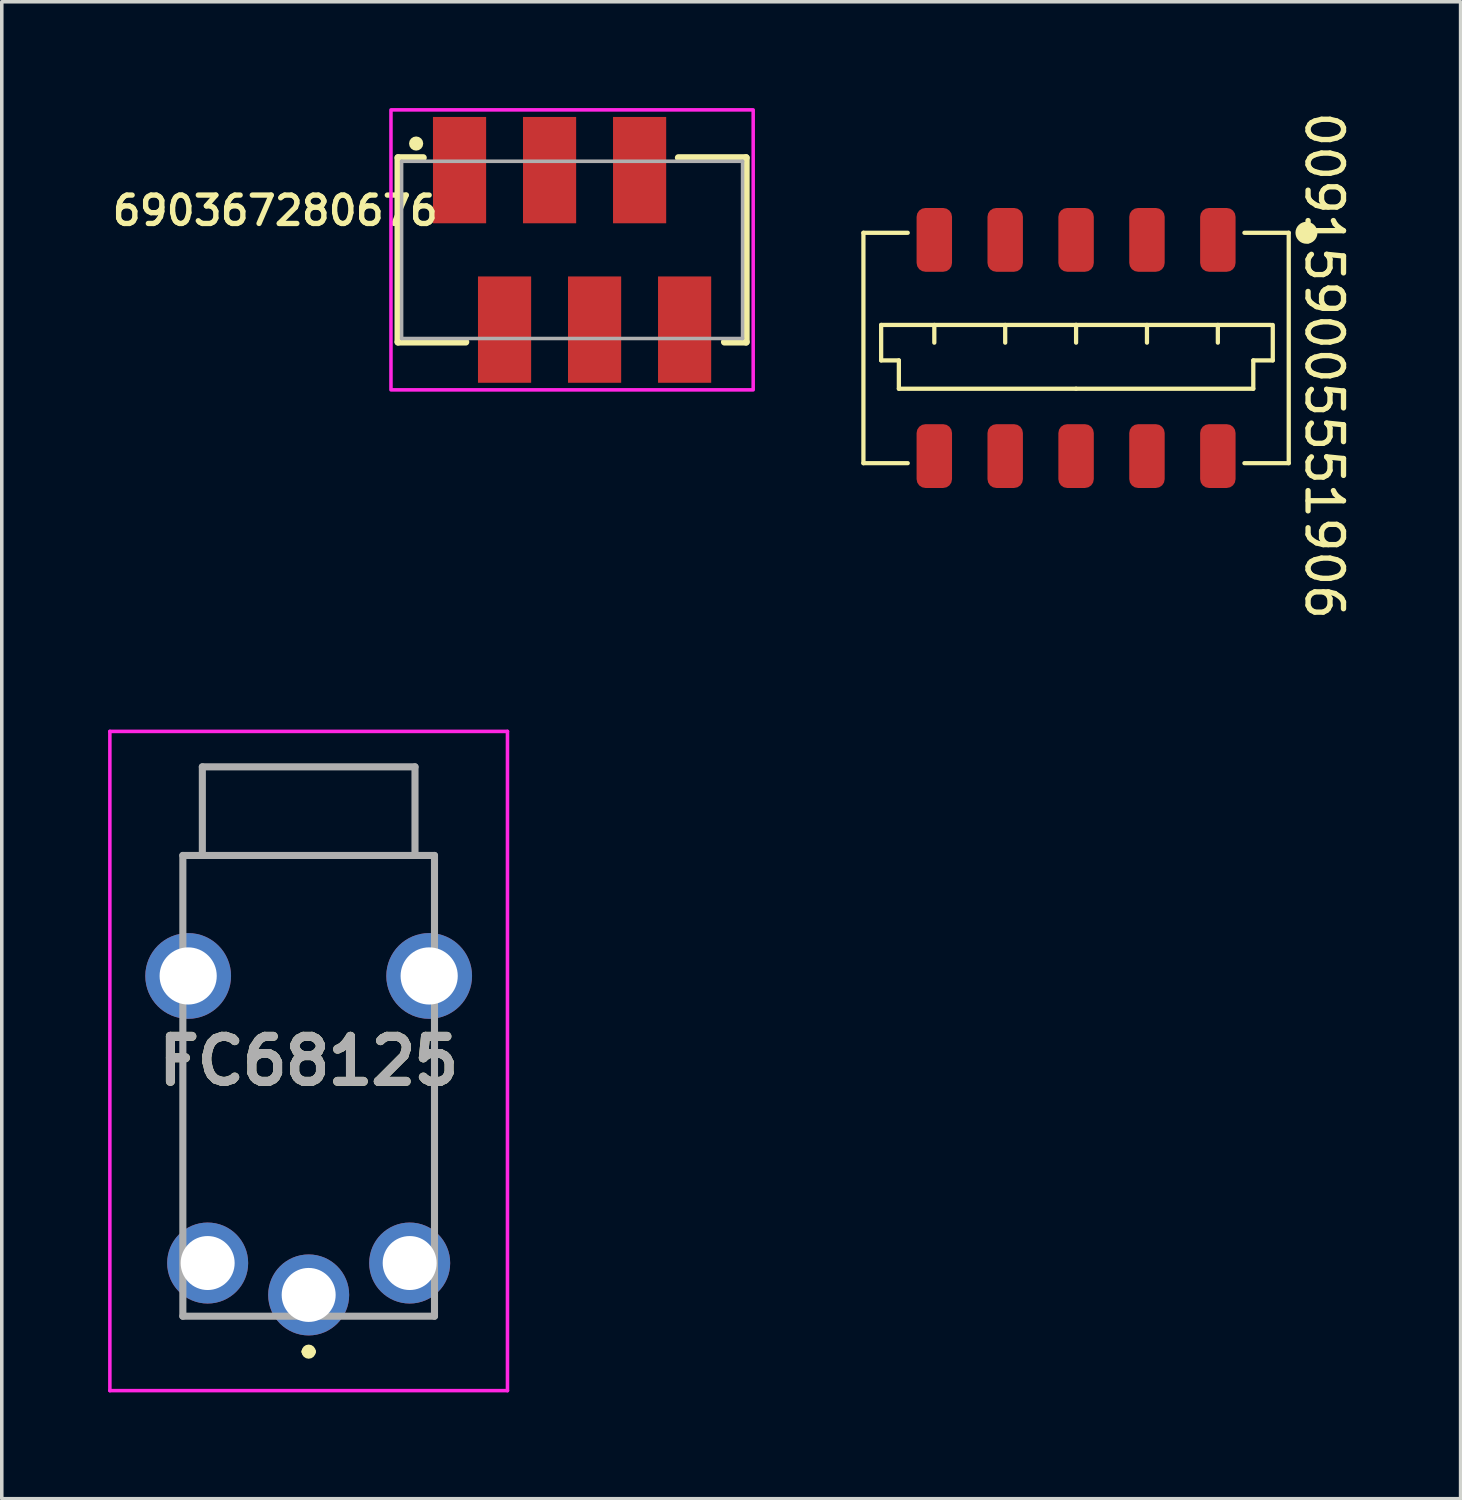
<source format=kicad_pcb>
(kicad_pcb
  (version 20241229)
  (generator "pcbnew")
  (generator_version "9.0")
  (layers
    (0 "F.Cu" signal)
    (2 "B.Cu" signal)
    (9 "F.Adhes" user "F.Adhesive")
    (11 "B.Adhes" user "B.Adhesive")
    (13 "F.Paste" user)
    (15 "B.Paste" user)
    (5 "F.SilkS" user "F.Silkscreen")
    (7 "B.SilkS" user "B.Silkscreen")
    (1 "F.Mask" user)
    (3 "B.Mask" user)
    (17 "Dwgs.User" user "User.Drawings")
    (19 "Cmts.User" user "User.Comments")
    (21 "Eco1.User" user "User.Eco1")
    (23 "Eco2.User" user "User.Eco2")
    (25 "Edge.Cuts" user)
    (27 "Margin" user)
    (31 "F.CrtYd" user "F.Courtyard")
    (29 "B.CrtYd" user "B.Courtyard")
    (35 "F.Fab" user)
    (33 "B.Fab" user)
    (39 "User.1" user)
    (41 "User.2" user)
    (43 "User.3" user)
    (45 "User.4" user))
  (footprint "009159005551906"
    (layer "F.Cu")
    (at 27.311 6.768)
    (property "Reference" "009159005551906" (at 7 0.5 270) (unlocked yes) (layer "F.SilkS") (effects (font (size 1 1) (thickness 0.15))))
    (attr smd)
    (fp_line (start -6 -3.25) (end -4.75 -3.25) (stroke (width 0.12) (type default)) (layer "F.SilkS"))
    (fp_line (start -6 3.25) (end -6 -3.25) (stroke (width 0.12) (type default)) (layer "F.SilkS"))
    (fp_line (start -5.5 -0.65) (end 0 -0.65) (stroke (width 0.12) (type solid)) (layer "F.SilkS"))
    (fp_line (start -5.5 0.35) (end -5.5 -0.65) (stroke (width 0.12) (type solid)) (layer "F.SilkS"))
    (fp_line (start -5 0.35) (end -5.5 0.35) (stroke (width 0.12) (type solid)) (layer "F.SilkS"))
    (fp_line (start -5 1.15) (end -5 0.35) (stroke (width 0.12) (type solid)) (layer "F.SilkS"))
    (fp_line (start -4.75 3.25) (end -6 3.25) (stroke (width 0.12) (type default)) (layer "F.SilkS"))
    (fp_line (start -4 -0.65) (end -4 -0.15) (stroke (width 0.12) (type solid)) (layer "F.SilkS"))
    (fp_line (start -2 -0.65) (end -2 -0.15) (stroke (width 0.12) (type solid)) (layer "F.SilkS"))
    (fp_line (start 0 -0.65) (end 0 -0.15) (stroke (width 0.12) (type solid)) (layer "F.SilkS"))
    (fp_line (start 0 -0.65) (end 5.5 -0.65) (stroke (width 0.12) (type solid)) (layer "F.SilkS"))
    (fp_line (start 0 1.15) (end -5 1.15) (stroke (width 0.12) (type solid)) (layer "F.SilkS"))
    (fp_line (start 2 -0.65) (end 2 -0.15) (stroke (width 0.12) (type solid)) (layer "F.SilkS"))
    (fp_line (start 4 -0.65) (end 4 -0.15) (stroke (width 0.12) (type solid)) (layer "F.SilkS"))
    (fp_line (start 4.75 3.25) (end 6 3.25) (stroke (width 0.12) (type default)) (layer "F.SilkS"))
    (fp_line (start 5 0.35) (end 5.55 0.35) (stroke (width 0.12) (type solid)) (layer "F.SilkS"))
    (fp_line (start 5 1.15) (end 0 1.15) (stroke (width 0.12) (type solid)) (layer "F.SilkS"))
    (fp_line (start 5 1.15) (end 5 0.35) (stroke (width 0.12) (type solid)) (layer "F.SilkS"))
    (fp_line (start 5.55 0.35) (end 5.55 -0.65) (stroke (width 0.12) (type solid)) (layer "F.SilkS"))
    (fp_line (start 6 -3.25) (end 4.75 -3.25) (stroke (width 0.12) (type default)) (layer "F.SilkS"))
    (fp_line (start 6 3.25) (end 6 -3.25) (stroke (width 0.12) (type default)) (layer "F.SilkS"))
    (fp_circle (center 6.5 -3.25) (end 6.25 -3.25) (stroke (width 0.12) (type solid)) (fill yes) (layer "F.SilkS"))
    (pad "1" smd roundrect (at 4 -3.05 180) (size 1 1.8) (layers "F.Cu" "F.Mask" "F.Paste") (roundrect_rratio 0.25))
    (pad "1" smd roundrect (at 4 3.05 180) (size 1 1.8) (layers "F.Cu" "F.Mask" "F.Paste") (roundrect_rratio 0.25))
    (pad "2" smd roundrect (at 2 -3.05 180) (size 1 1.8) (layers "F.Cu" "F.Mask" "F.Paste") (roundrect_rratio 0.25))
    (pad "2" smd roundrect (at 2 3.05 180) (size 1 1.8) (layers "F.Cu" "F.Mask" "F.Paste") (roundrect_rratio 0.25))
    (pad "3" smd roundrect (at 0 -3.05 180) (size 1 1.8) (layers "F.Cu" "F.Mask" "F.Paste") (roundrect_rratio 0.25))
    (pad "3" smd roundrect (at 0 3.05 180) (size 1 1.8) (layers "F.Cu" "F.Mask" "F.Paste") (roundrect_rratio 0.25))
    (pad "4" smd roundrect (at -2 -3.05 180) (size 1 1.8) (layers "F.Cu" "F.Mask" "F.Paste") (roundrect_rratio 0.25))
    (pad "4" smd roundrect (at -2 3.05 180) (size 1 1.8) (layers "F.Cu" "F.Mask" "F.Paste") (roundrect_rratio 0.25))
    (pad "5" smd roundrect (at -4 -3.05 180) (size 1 1.8) (layers "F.Cu" "F.Mask" "F.Paste") (roundrect_rratio 0.25))
    (pad "5" smd roundrect (at -4 3.05 180) (size 1 1.8) (layers "F.Cu" "F.Mask" "F.Paste") (roundrect_rratio 0.25)))
  (footprint "FC68125"
    (layer "F.Cu")
    (at 5.659 26.886)
    (property "Reference" "FC68125" (at 0 0 0) (layer "F.SilkS") (effects (font (size 1.27 1.27) (thickness 0.254))))
    (attr through_hole)
    (fp_line (start -3.55 -5.8) (end -3 -5.8) (stroke (width 0.1) (type solid)) (layer "F.SilkS"))
    (fp_line (start -3.55 -3.8) (end -3.55 -5.8) (stroke (width 0.1) (type solid)) (layer "F.SilkS"))
    (fp_line (start -3.55 -0.8) (end -3.55 4.2) (stroke (width 0.1) (type solid)) (layer "F.SilkS"))
    (fp_line (start -3.5 7.2) (end -1.5 7.2) (stroke (width 0.1) (type solid)) (layer "F.SilkS"))
    (fp_line (start -3 -8.3) (end 3 -8.3) (stroke (width 0.1) (type solid)) (layer "F.SilkS"))
    (fp_line (start -3 -5.8) (end -3 -8.3) (stroke (width 0.1) (type solid)) (layer "F.SilkS"))
    (fp_line (start -0.1 8.2) (end -0.1 8.2) (stroke (width 0.2) (type solid)) (layer "F.SilkS"))
    (fp_line (start 0.1 8.2) (end 0.1 8.2) (stroke (width 0.2) (type solid)) (layer "F.SilkS"))
    (fp_line (start 3 -8.3) (end 3 -5.8) (stroke (width 0.1) (type solid)) (layer "F.SilkS"))
    (fp_line (start 3 -5.8) (end 3.55 -5.8) (stroke (width 0.1) (type solid)) (layer "F.SilkS"))
    (fp_line (start 3.5 7.2) (end 1.5 7.2) (stroke (width 0.1) (type solid)) (layer "F.SilkS"))
    (fp_line (start 3.55 -5.8) (end 3.55 -3.8) (stroke (width 0.1) (type solid)) (layer "F.SilkS"))
    (fp_line (start 3.55 -0.8) (end 3.55 4.2) (stroke (width 0.1) (type solid)) (layer "F.SilkS"))
    (fp_arc (start -0.1 8.2) (mid 0 8.1) (end 0.1 8.2) (stroke (width 0.2) (type solid)) (layer "F.SilkS"))
    (fp_arc (start 0.1 8.2) (mid 0 8.3) (end -0.1 8.2) (stroke (width 0.2) (type solid)) (layer "F.SilkS"))
    (fp_line (start -5.609 -9.3) (end 5.609 -9.3) (stroke (width 0.1) (type solid)) (layer "F.CrtYd"))
    (fp_line (start -5.609 9.3) (end -5.609 -9.3) (stroke (width 0.1) (type solid)) (layer "F.CrtYd"))
    (fp_line (start 5.609 -9.3) (end 5.609 9.3) (stroke (width 0.1) (type solid)) (layer "F.CrtYd"))
    (fp_line (start 5.609 9.3) (end -5.609 9.3) (stroke (width 0.1) (type solid)) (layer "F.CrtYd"))
    (fp_line (start -3.55 -5.8) (end 3.55 -5.8) (stroke (width 0.2) (type solid)) (layer "F.Fab"))
    (fp_line (start -3.55 7.2) (end -3.55 -5.8) (stroke (width 0.2) (type solid)) (layer "F.Fab"))
    (fp_line (start -3 -8.3) (end 3 -8.3) (stroke (width 0.2) (type solid)) (layer "F.Fab"))
    (fp_line (start -3 -5.8) (end -3 -8.3) (stroke (width 0.2) (type solid)) (layer "F.Fab"))
    (fp_line (start 3 -8.3) (end 3 -5.8) (stroke (width 0.2) (type solid)) (layer "F.Fab"))
    (fp_line (start 3.55 -5.8) (end 3.55 7.2) (stroke (width 0.2) (type solid)) (layer "F.Fab"))
    (fp_line (start 3.55 7.2) (end -3.55 7.2) (stroke (width 0.2) (type solid)) (layer "F.Fab"))
    (fp_text user "${REFERENCE}" (at 0 0 0) (layer "F.Fab") (effects (font (size 1.27 1.27) (thickness 0.254))))
    (pad "" np_thru_hole circle (at 0 -3.8) (size 0.001 0.001) (drill 1.1) (layers "*.Cu" "*.Mask"))
    (pad "" np_thru_hole circle (at 0 3.2) (size 0.001 0.001) (drill 1.1) (layers "*.Cu" "*.Mask"))
    (pad "1S" thru_hole circle (at 0 6.6) (size 2.285 2.285) (drill 1.523) (layers "*.Cu" "*.Mask"))
    (pad "2R" thru_hole circle (at -2.85 5.7) (size 2.285 2.285) (drill 1.523) (layers "*.Cu" "*.Mask"))
    (pad "3T" thru_hole circle (at -3.4 -2.4) (size 2.419 2.419) (drill 1.613) (layers "*.Cu" "*.Mask"))
    (pad "3T" thru_hole circle (at 3.4 -2.4) (size 2.419 2.419) (drill 1.613) (layers "*.Cu" "*.Mask"))
    (pad "6SR" thru_hole circle (at 2.85 5.7) (size 2.285 2.285) (drill 1.523) (layers "*.Cu" "*.Mask")))
  (footprint "690367280676"
    (layer "F.Cu")
    (at 13.091 4)
    (property "Reference" "690367280676" (at -8.375 -1.108 0) (layer "F.SilkS") (effects (font (size 0.8 0.8) (thickness 0.15))))
    (attr through_hole)
    (fp_line (start -4.91 -2.6) (end -4.91 2.6) (stroke (width 0.2) (type solid)) (layer "F.SilkS"))
    (fp_line (start -4.91 2.6) (end -3 2.6) (stroke (width 0.2) (type solid)) (layer "F.SilkS"))
    (fp_line (start -4.2 -2.6) (end -4.91 -2.6) (stroke (width 0.2) (type solid)) (layer "F.SilkS"))
    (fp_line (start 3 -2.6) (end 4.91 -2.6) (stroke (width 0.2) (type solid)) (layer "F.SilkS"))
    (fp_line (start 4.91 -2.6) (end 4.91 2.6) (stroke (width 0.2) (type solid)) (layer "F.SilkS"))
    (fp_line (start 4.91 2.6) (end 4.3 2.6) (stroke (width 0.2) (type solid)) (layer "F.SilkS"))
    (fp_circle (center -4.4 -3) (end -4.3 -3) (stroke (width 0.2) (type solid)) (fill no) (layer "F.SilkS"))
    (fp_poly (pts (xy -5.11 -3.95) (xy 5.11 -3.95) (xy 5.11 3.95) (xy -5.11 3.95)) (stroke (width 0.1) (type solid)) (fill no) (layer "F.CrtYd"))
    (fp_line (start -4.81 -2.5) (end -4.81 2.5) (stroke (width 0.1) (type solid)) (layer "F.Fab"))
    (fp_line (start -4.81 -2.5) (end 4.81 -2.5) (stroke (width 0.1) (type solid)) (layer "F.Fab"))
    (fp_line (start -4.81 2.5) (end 4.81 2.5) (stroke (width 0.1) (type solid)) (layer "F.Fab"))
    (fp_line (start 4.81 2.5) (end 4.81 -2.5) (stroke (width 0.1) (type solid)) (layer "F.Fab"))
    (pad "1" smd rect (at -3.175 -2.25) (size 1.5 3) (layers "F.Cu" "F.Mask" "F.Paste"))
    (pad "2" smd rect (at -1.905 2.25) (size 1.5 3) (layers "F.Cu" "F.Mask" "F.Paste"))
    (pad "3" smd rect (at -0.635 -2.25) (size 1.5 3) (layers "F.Cu" "F.Mask" "F.Paste"))
    (pad "4" smd rect (at 0.635 2.25) (size 1.5 3) (layers "F.Cu" "F.Mask" "F.Paste"))
    (pad "5" smd rect (at 1.905 -2.25) (size 1.5 3) (layers "F.Cu" "F.Mask" "F.Paste"))
    (pad "6" smd rect (at 3.175 2.25) (size 1.5 3) (layers "F.Cu" "F.Mask" "F.Paste")))
  (gr_rect
    (start -3 -3)
    (end 38.16 39.236)
    (stroke (width 0.1) (type default))
    (fill no)
    (layer "Edge.Cuts")))
</source>
